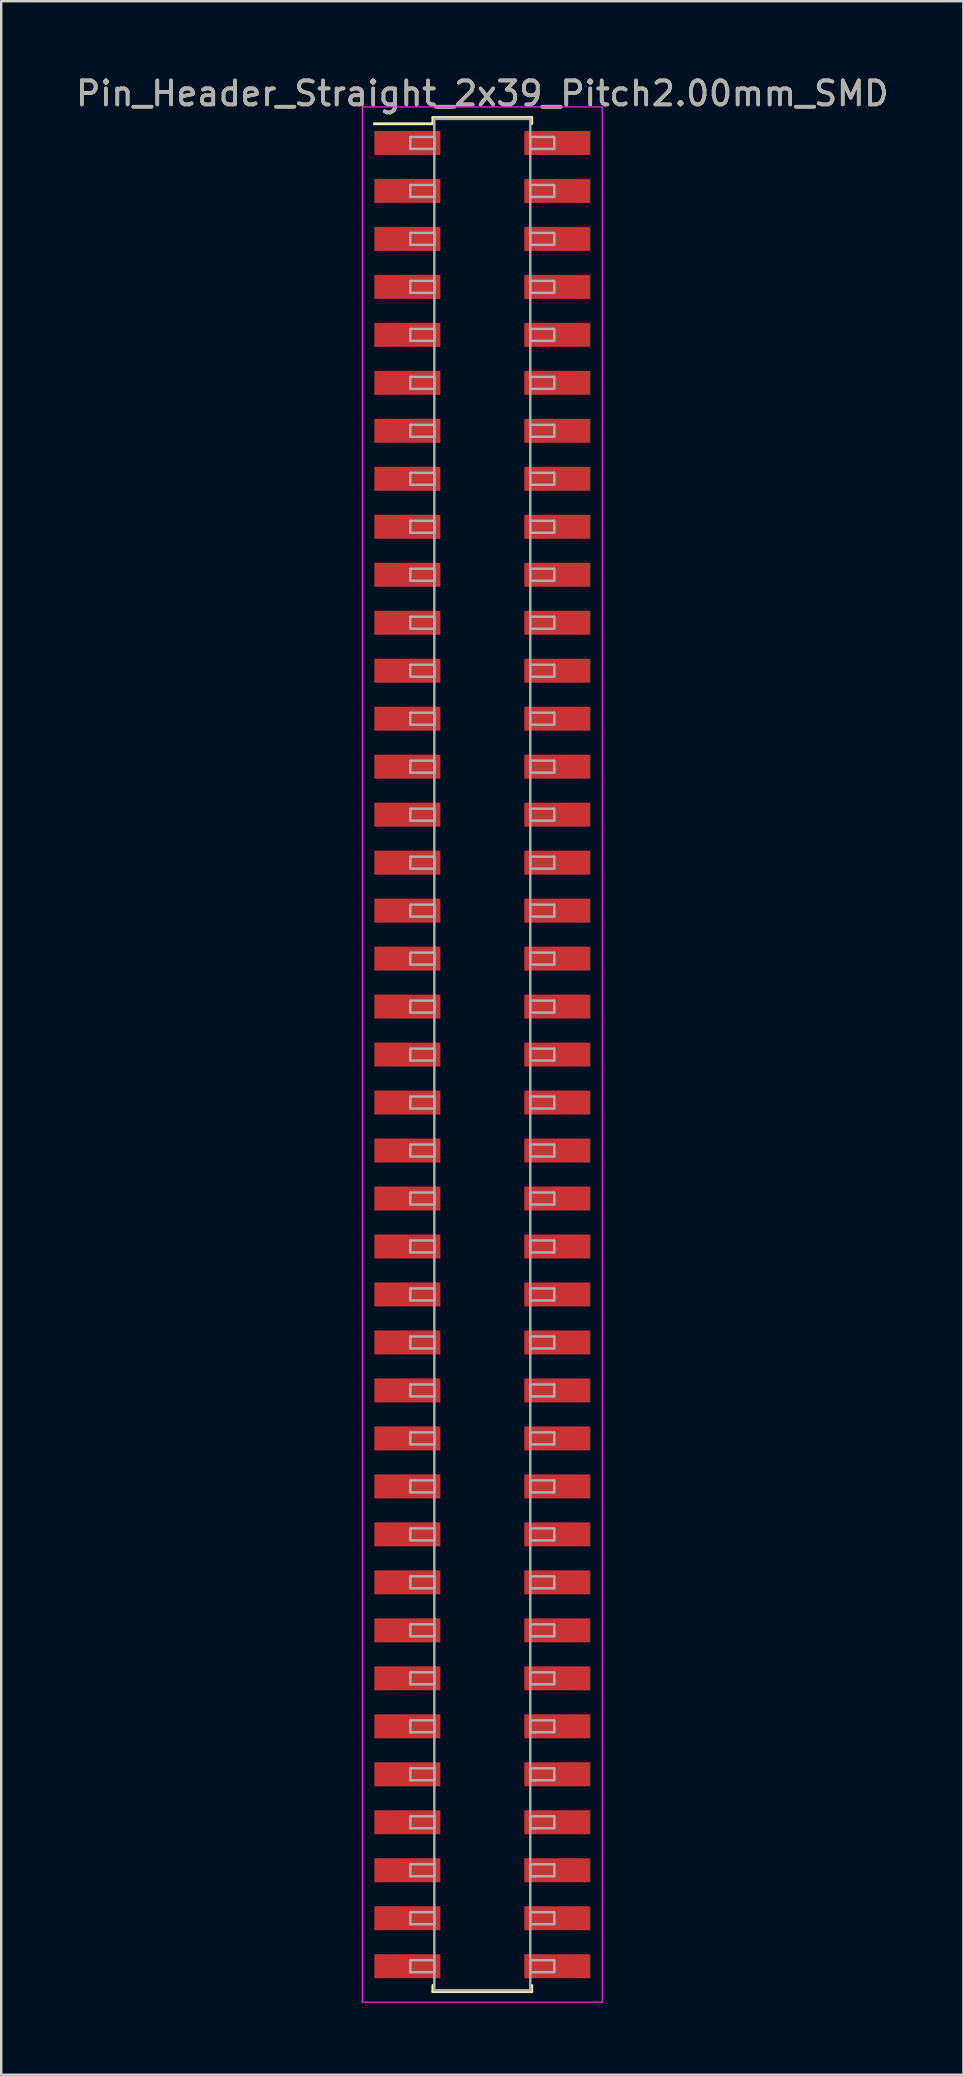
<source format=kicad_pcb>
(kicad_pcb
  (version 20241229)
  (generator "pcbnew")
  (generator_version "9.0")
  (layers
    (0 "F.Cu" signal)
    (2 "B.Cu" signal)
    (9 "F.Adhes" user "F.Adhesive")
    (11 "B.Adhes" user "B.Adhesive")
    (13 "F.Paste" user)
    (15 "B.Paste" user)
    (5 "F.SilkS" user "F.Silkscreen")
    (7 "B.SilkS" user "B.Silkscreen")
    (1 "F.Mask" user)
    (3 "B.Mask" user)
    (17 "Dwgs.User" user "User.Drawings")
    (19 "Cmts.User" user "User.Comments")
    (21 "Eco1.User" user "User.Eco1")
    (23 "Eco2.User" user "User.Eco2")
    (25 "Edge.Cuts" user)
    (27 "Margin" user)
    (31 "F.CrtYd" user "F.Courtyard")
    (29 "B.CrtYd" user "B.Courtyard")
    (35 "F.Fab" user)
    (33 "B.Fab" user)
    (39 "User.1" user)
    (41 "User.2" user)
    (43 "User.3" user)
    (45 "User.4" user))
  (footprint "Pin_Header_Straight_2x39_Pitch2.00mm_SMD"
    (layer "F.Cu")
    (at 17.054 40.908)
    (property "Reference" "Pin_Header_Straight_2x39_Pitch2.00mm_SMD" (at 0 -40.06 0) (layer "F.SilkS") (effects (font (size 1 1) (thickness 0.15))))
    (attr smd)
    (fp_line (start -4.5 -38.8) (end -2.06 -38.8) (stroke (width 0.12) (type solid)) (layer "F.SilkS"))
    (fp_line (start -2.06 -39.06) (end 2.06 -39.06) (stroke (width 0.12) (type solid)) (layer "F.SilkS"))
    (fp_line (start -2.06 -38.8) (end -2.06 -39.06) (stroke (width 0.12) (type solid)) (layer "F.SilkS"))
    (fp_line (start -2.06 38.8) (end -2.06 39.06) (stroke (width 0.12) (type solid)) (layer "F.SilkS"))
    (fp_line (start -2.06 39.06) (end 2.06 39.06) (stroke (width 0.12) (type solid)) (layer "F.SilkS"))
    (fp_line (start 2.06 -39.06) (end 2.06 -38.8) (stroke (width 0.12) (type solid)) (layer "F.SilkS"))
    (fp_line (start 2.06 39.06) (end 2.06 38.8) (stroke (width 0.12) (type solid)) (layer "F.SilkS"))
    (fp_line (start -5 -39.5) (end -5 39.5) (stroke (width 0.05) (type solid)) (layer "F.CrtYd"))
    (fp_line (start -5 39.5) (end 5 39.5) (stroke (width 0.05) (type solid)) (layer "F.CrtYd"))
    (fp_line (start 5 -39.5) (end -5 -39.5) (stroke (width 0.05) (type solid)) (layer "F.CrtYd"))
    (fp_line (start 5 39.5) (end 5 -39.5) (stroke (width 0.05) (type solid)) (layer "F.CrtYd"))
    (fp_line (start -3 -38.25) (end -2 -38.25) (stroke (width 0.1) (type solid)) (layer "F.Fab"))
    (fp_line (start -3 -37.75) (end -3 -38.25) (stroke (width 0.1) (type solid)) (layer "F.Fab"))
    (fp_line (start -3 -36.25) (end -2 -36.25) (stroke (width 0.1) (type solid)) (layer "F.Fab"))
    (fp_line (start -3 -35.75) (end -3 -36.25) (stroke (width 0.1) (type solid)) (layer "F.Fab"))
    (fp_line (start -3 -34.25) (end -2 -34.25) (stroke (width 0.1) (type solid)) (layer "F.Fab"))
    (fp_line (start -3 -33.75) (end -3 -34.25) (stroke (width 0.1) (type solid)) (layer "F.Fab"))
    (fp_line (start -3 -32.25) (end -2 -32.25) (stroke (width 0.1) (type solid)) (layer "F.Fab"))
    (fp_line (start -3 -31.75) (end -3 -32.25) (stroke (width 0.1) (type solid)) (layer "F.Fab"))
    (fp_line (start -3 -30.25) (end -2 -30.25) (stroke (width 0.1) (type solid)) (layer "F.Fab"))
    (fp_line (start -3 -29.75) (end -3 -30.25) (stroke (width 0.1) (type solid)) (layer "F.Fab"))
    (fp_line (start -3 -28.25) (end -2 -28.25) (stroke (width 0.1) (type solid)) (layer "F.Fab"))
    (fp_line (start -3 -27.75) (end -3 -28.25) (stroke (width 0.1) (type solid)) (layer "F.Fab"))
    (fp_line (start -3 -26.25) (end -2 -26.25) (stroke (width 0.1) (type solid)) (layer "F.Fab"))
    (fp_line (start -3 -25.75) (end -3 -26.25) (stroke (width 0.1) (type solid)) (layer "F.Fab"))
    (fp_line (start -3 -24.25) (end -2 -24.25) (stroke (width 0.1) (type solid)) (layer "F.Fab"))
    (fp_line (start -3 -23.75) (end -3 -24.25) (stroke (width 0.1) (type solid)) (layer "F.Fab"))
    (fp_line (start -3 -22.25) (end -2 -22.25) (stroke (width 0.1) (type solid)) (layer "F.Fab"))
    (fp_line (start -3 -21.75) (end -3 -22.25) (stroke (width 0.1) (type solid)) (layer "F.Fab"))
    (fp_line (start -3 -20.25) (end -2 -20.25) (stroke (width 0.1) (type solid)) (layer "F.Fab"))
    (fp_line (start -3 -19.75) (end -3 -20.25) (stroke (width 0.1) (type solid)) (layer "F.Fab"))
    (fp_line (start -3 -18.25) (end -2 -18.25) (stroke (width 0.1) (type solid)) (layer "F.Fab"))
    (fp_line (start -3 -17.75) (end -3 -18.25) (stroke (width 0.1) (type solid)) (layer "F.Fab"))
    (fp_line (start -3 -16.25) (end -2 -16.25) (stroke (width 0.1) (type solid)) (layer "F.Fab"))
    (fp_line (start -3 -15.75) (end -3 -16.25) (stroke (width 0.1) (type solid)) (layer "F.Fab"))
    (fp_line (start -3 -14.25) (end -2 -14.25) (stroke (width 0.1) (type solid)) (layer "F.Fab"))
    (fp_line (start -3 -13.75) (end -3 -14.25) (stroke (width 0.1) (type solid)) (layer "F.Fab"))
    (fp_line (start -3 -12.25) (end -2 -12.25) (stroke (width 0.1) (type solid)) (layer "F.Fab"))
    (fp_line (start -3 -11.75) (end -3 -12.25) (stroke (width 0.1) (type solid)) (layer "F.Fab"))
    (fp_line (start -3 -10.25) (end -2 -10.25) (stroke (width 0.1) (type solid)) (layer "F.Fab"))
    (fp_line (start -3 -9.75) (end -3 -10.25) (stroke (width 0.1) (type solid)) (layer "F.Fab"))
    (fp_line (start -3 -8.25) (end -2 -8.25) (stroke (width 0.1) (type solid)) (layer "F.Fab"))
    (fp_line (start -3 -7.75) (end -3 -8.25) (stroke (width 0.1) (type solid)) (layer "F.Fab"))
    (fp_line (start -3 -6.25) (end -2 -6.25) (stroke (width 0.1) (type solid)) (layer "F.Fab"))
    (fp_line (start -3 -5.75) (end -3 -6.25) (stroke (width 0.1) (type solid)) (layer "F.Fab"))
    (fp_line (start -3 -4.25) (end -2 -4.25) (stroke (width 0.1) (type solid)) (layer "F.Fab"))
    (fp_line (start -3 -3.75) (end -3 -4.25) (stroke (width 0.1) (type solid)) (layer "F.Fab"))
    (fp_line (start -3 -2.25) (end -2 -2.25) (stroke (width 0.1) (type solid)) (layer "F.Fab"))
    (fp_line (start -3 -1.75) (end -3 -2.25) (stroke (width 0.1) (type solid)) (layer "F.Fab"))
    (fp_line (start -3 -0.25) (end -2 -0.25) (stroke (width 0.1) (type solid)) (layer "F.Fab"))
    (fp_line (start -3 0.25) (end -3 -0.25) (stroke (width 0.1) (type solid)) (layer "F.Fab"))
    (fp_line (start -3 1.75) (end -2 1.75) (stroke (width 0.1) (type solid)) (layer "F.Fab"))
    (fp_line (start -3 2.25) (end -3 1.75) (stroke (width 0.1) (type solid)) (layer "F.Fab"))
    (fp_line (start -3 3.75) (end -2 3.75) (stroke (width 0.1) (type solid)) (layer "F.Fab"))
    (fp_line (start -3 4.25) (end -3 3.75) (stroke (width 0.1) (type solid)) (layer "F.Fab"))
    (fp_line (start -3 5.75) (end -2 5.75) (stroke (width 0.1) (type solid)) (layer "F.Fab"))
    (fp_line (start -3 6.25) (end -3 5.75) (stroke (width 0.1) (type solid)) (layer "F.Fab"))
    (fp_line (start -3 7.75) (end -2 7.75) (stroke (width 0.1) (type solid)) (layer "F.Fab"))
    (fp_line (start -3 8.25) (end -3 7.75) (stroke (width 0.1) (type solid)) (layer "F.Fab"))
    (fp_line (start -3 9.75) (end -2 9.75) (stroke (width 0.1) (type solid)) (layer "F.Fab"))
    (fp_line (start -3 10.25) (end -3 9.75) (stroke (width 0.1) (type solid)) (layer "F.Fab"))
    (fp_line (start -3 11.75) (end -2 11.75) (stroke (width 0.1) (type solid)) (layer "F.Fab"))
    (fp_line (start -3 12.25) (end -3 11.75) (stroke (width 0.1) (type solid)) (layer "F.Fab"))
    (fp_line (start -3 13.75) (end -2 13.75) (stroke (width 0.1) (type solid)) (layer "F.Fab"))
    (fp_line (start -3 14.25) (end -3 13.75) (stroke (width 0.1) (type solid)) (layer "F.Fab"))
    (fp_line (start -3 15.75) (end -2 15.75) (stroke (width 0.1) (type solid)) (layer "F.Fab"))
    (fp_line (start -3 16.25) (end -3 15.75) (stroke (width 0.1) (type solid)) (layer "F.Fab"))
    (fp_line (start -3 17.75) (end -2 17.75) (stroke (width 0.1) (type solid)) (layer "F.Fab"))
    (fp_line (start -3 18.25) (end -3 17.75) (stroke (width 0.1) (type solid)) (layer "F.Fab"))
    (fp_line (start -3 19.75) (end -2 19.75) (stroke (width 0.1) (type solid)) (layer "F.Fab"))
    (fp_line (start -3 20.25) (end -3 19.75) (stroke (width 0.1) (type solid)) (layer "F.Fab"))
    (fp_line (start -3 21.75) (end -2 21.75) (stroke (width 0.1) (type solid)) (layer "F.Fab"))
    (fp_line (start -3 22.25) (end -3 21.75) (stroke (width 0.1) (type solid)) (layer "F.Fab"))
    (fp_line (start -3 23.75) (end -2 23.75) (stroke (width 0.1) (type solid)) (layer "F.Fab"))
    (fp_line (start -3 24.25) (end -3 23.75) (stroke (width 0.1) (type solid)) (layer "F.Fab"))
    (fp_line (start -3 25.75) (end -2 25.75) (stroke (width 0.1) (type solid)) (layer "F.Fab"))
    (fp_line (start -3 26.25) (end -3 25.75) (stroke (width 0.1) (type solid)) (layer "F.Fab"))
    (fp_line (start -3 27.75) (end -2 27.75) (stroke (width 0.1) (type solid)) (layer "F.Fab"))
    (fp_line (start -3 28.25) (end -3 27.75) (stroke (width 0.1) (type solid)) (layer "F.Fab"))
    (fp_line (start -3 29.75) (end -2 29.75) (stroke (width 0.1) (type solid)) (layer "F.Fab"))
    (fp_line (start -3 30.25) (end -3 29.75) (stroke (width 0.1) (type solid)) (layer "F.Fab"))
    (fp_line (start -3 31.75) (end -2 31.75) (stroke (width 0.1) (type solid)) (layer "F.Fab"))
    (fp_line (start -3 32.25) (end -3 31.75) (stroke (width 0.1) (type solid)) (layer "F.Fab"))
    (fp_line (start -3 33.75) (end -2 33.75) (stroke (width 0.1) (type solid)) (layer "F.Fab"))
    (fp_line (start -3 34.25) (end -3 33.75) (stroke (width 0.1) (type solid)) (layer "F.Fab"))
    (fp_line (start -3 35.75) (end -2 35.75) (stroke (width 0.1) (type solid)) (layer "F.Fab"))
    (fp_line (start -3 36.25) (end -3 35.75) (stroke (width 0.1) (type solid)) (layer "F.Fab"))
    (fp_line (start -3 37.75) (end -2 37.75) (stroke (width 0.1) (type solid)) (layer "F.Fab"))
    (fp_line (start -3 38.25) (end -3 37.75) (stroke (width 0.1) (type solid)) (layer "F.Fab"))
    (fp_line (start -2 -39) (end -2 39) (stroke (width 0.1) (type solid)) (layer "F.Fab"))
    (fp_line (start -2 -38.25) (end -2 -37.75) (stroke (width 0.1) (type solid)) (layer "F.Fab"))
    (fp_line (start -2 -37.75) (end -3 -37.75) (stroke (width 0.1) (type solid)) (layer "F.Fab"))
    (fp_line (start -2 -36.25) (end -2 -35.75) (stroke (width 0.1) (type solid)) (layer "F.Fab"))
    (fp_line (start -2 -35.75) (end -3 -35.75) (stroke (width 0.1) (type solid)) (layer "F.Fab"))
    (fp_line (start -2 -34.25) (end -2 -33.75) (stroke (width 0.1) (type solid)) (layer "F.Fab"))
    (fp_line (start -2 -33.75) (end -3 -33.75) (stroke (width 0.1) (type solid)) (layer "F.Fab"))
    (fp_line (start -2 -32.25) (end -2 -31.75) (stroke (width 0.1) (type solid)) (layer "F.Fab"))
    (fp_line (start -2 -31.75) (end -3 -31.75) (stroke (width 0.1) (type solid)) (layer "F.Fab"))
    (fp_line (start -2 -30.25) (end -2 -29.75) (stroke (width 0.1) (type solid)) (layer "F.Fab"))
    (fp_line (start -2 -29.75) (end -3 -29.75) (stroke (width 0.1) (type solid)) (layer "F.Fab"))
    (fp_line (start -2 -28.25) (end -2 -27.75) (stroke (width 0.1) (type solid)) (layer "F.Fab"))
    (fp_line (start -2 -27.75) (end -3 -27.75) (stroke (width 0.1) (type solid)) (layer "F.Fab"))
    (fp_line (start -2 -26.25) (end -2 -25.75) (stroke (width 0.1) (type solid)) (layer "F.Fab"))
    (fp_line (start -2 -25.75) (end -3 -25.75) (stroke (width 0.1) (type solid)) (layer "F.Fab"))
    (fp_line (start -2 -24.25) (end -2 -23.75) (stroke (width 0.1) (type solid)) (layer "F.Fab"))
    (fp_line (start -2 -23.75) (end -3 -23.75) (stroke (width 0.1) (type solid)) (layer "F.Fab"))
    (fp_line (start -2 -22.25) (end -2 -21.75) (stroke (width 0.1) (type solid)) (layer "F.Fab"))
    (fp_line (start -2 -21.75) (end -3 -21.75) (stroke (width 0.1) (type solid)) (layer "F.Fab"))
    (fp_line (start -2 -20.25) (end -2 -19.75) (stroke (width 0.1) (type solid)) (layer "F.Fab"))
    (fp_line (start -2 -19.75) (end -3 -19.75) (stroke (width 0.1) (type solid)) (layer "F.Fab"))
    (fp_line (start -2 -18.25) (end -2 -17.75) (stroke (width 0.1) (type solid)) (layer "F.Fab"))
    (fp_line (start -2 -17.75) (end -3 -17.75) (stroke (width 0.1) (type solid)) (layer "F.Fab"))
    (fp_line (start -2 -16.25) (end -2 -15.75) (stroke (width 0.1) (type solid)) (layer "F.Fab"))
    (fp_line (start -2 -15.75) (end -3 -15.75) (stroke (width 0.1) (type solid)) (layer "F.Fab"))
    (fp_line (start -2 -14.25) (end -2 -13.75) (stroke (width 0.1) (type solid)) (layer "F.Fab"))
    (fp_line (start -2 -13.75) (end -3 -13.75) (stroke (width 0.1) (type solid)) (layer "F.Fab"))
    (fp_line (start -2 -12.25) (end -2 -11.75) (stroke (width 0.1) (type solid)) (layer "F.Fab"))
    (fp_line (start -2 -11.75) (end -3 -11.75) (stroke (width 0.1) (type solid)) (layer "F.Fab"))
    (fp_line (start -2 -10.25) (end -2 -9.75) (stroke (width 0.1) (type solid)) (layer "F.Fab"))
    (fp_line (start -2 -9.75) (end -3 -9.75) (stroke (width 0.1) (type solid)) (layer "F.Fab"))
    (fp_line (start -2 -8.25) (end -2 -7.75) (stroke (width 0.1) (type solid)) (layer "F.Fab"))
    (fp_line (start -2 -7.75) (end -3 -7.75) (stroke (width 0.1) (type solid)) (layer "F.Fab"))
    (fp_line (start -2 -6.25) (end -2 -5.75) (stroke (width 0.1) (type solid)) (layer "F.Fab"))
    (fp_line (start -2 -5.75) (end -3 -5.75) (stroke (width 0.1) (type solid)) (layer "F.Fab"))
    (fp_line (start -2 -4.25) (end -2 -3.75) (stroke (width 0.1) (type solid)) (layer "F.Fab"))
    (fp_line (start -2 -3.75) (end -3 -3.75) (stroke (width 0.1) (type solid)) (layer "F.Fab"))
    (fp_line (start -2 -2.25) (end -2 -1.75) (stroke (width 0.1) (type solid)) (layer "F.Fab"))
    (fp_line (start -2 -1.75) (end -3 -1.75) (stroke (width 0.1) (type solid)) (layer "F.Fab"))
    (fp_line (start -2 -0.25) (end -2 0.25) (stroke (width 0.1) (type solid)) (layer "F.Fab"))
    (fp_line (start -2 0.25) (end -3 0.25) (stroke (width 0.1) (type solid)) (layer "F.Fab"))
    (fp_line (start -2 1.75) (end -2 2.25) (stroke (width 0.1) (type solid)) (layer "F.Fab"))
    (fp_line (start -2 2.25) (end -3 2.25) (stroke (width 0.1) (type solid)) (layer "F.Fab"))
    (fp_line (start -2 3.75) (end -2 4.25) (stroke (width 0.1) (type solid)) (layer "F.Fab"))
    (fp_line (start -2 4.25) (end -3 4.25) (stroke (width 0.1) (type solid)) (layer "F.Fab"))
    (fp_line (start -2 5.75) (end -2 6.25) (stroke (width 0.1) (type solid)) (layer "F.Fab"))
    (fp_line (start -2 6.25) (end -3 6.25) (stroke (width 0.1) (type solid)) (layer "F.Fab"))
    (fp_line (start -2 7.75) (end -2 8.25) (stroke (width 0.1) (type solid)) (layer "F.Fab"))
    (fp_line (start -2 8.25) (end -3 8.25) (stroke (width 0.1) (type solid)) (layer "F.Fab"))
    (fp_line (start -2 9.75) (end -2 10.25) (stroke (width 0.1) (type solid)) (layer "F.Fab"))
    (fp_line (start -2 10.25) (end -3 10.25) (stroke (width 0.1) (type solid)) (layer "F.Fab"))
    (fp_line (start -2 11.75) (end -2 12.25) (stroke (width 0.1) (type solid)) (layer "F.Fab"))
    (fp_line (start -2 12.25) (end -3 12.25) (stroke (width 0.1) (type solid)) (layer "F.Fab"))
    (fp_line (start -2 13.75) (end -2 14.25) (stroke (width 0.1) (type solid)) (layer "F.Fab"))
    (fp_line (start -2 14.25) (end -3 14.25) (stroke (width 0.1) (type solid)) (layer "F.Fab"))
    (fp_line (start -2 15.75) (end -2 16.25) (stroke (width 0.1) (type solid)) (layer "F.Fab"))
    (fp_line (start -2 16.25) (end -3 16.25) (stroke (width 0.1) (type solid)) (layer "F.Fab"))
    (fp_line (start -2 17.75) (end -2 18.25) (stroke (width 0.1) (type solid)) (layer "F.Fab"))
    (fp_line (start -2 18.25) (end -3 18.25) (stroke (width 0.1) (type solid)) (layer "F.Fab"))
    (fp_line (start -2 19.75) (end -2 20.25) (stroke (width 0.1) (type solid)) (layer "F.Fab"))
    (fp_line (start -2 20.25) (end -3 20.25) (stroke (width 0.1) (type solid)) (layer "F.Fab"))
    (fp_line (start -2 21.75) (end -2 22.25) (stroke (width 0.1) (type solid)) (layer "F.Fab"))
    (fp_line (start -2 22.25) (end -3 22.25) (stroke (width 0.1) (type solid)) (layer "F.Fab"))
    (fp_line (start -2 23.75) (end -2 24.25) (stroke (width 0.1) (type solid)) (layer "F.Fab"))
    (fp_line (start -2 24.25) (end -3 24.25) (stroke (width 0.1) (type solid)) (layer "F.Fab"))
    (fp_line (start -2 25.75) (end -2 26.25) (stroke (width 0.1) (type solid)) (layer "F.Fab"))
    (fp_line (start -2 26.25) (end -3 26.25) (stroke (width 0.1) (type solid)) (layer "F.Fab"))
    (fp_line (start -2 27.75) (end -2 28.25) (stroke (width 0.1) (type solid)) (layer "F.Fab"))
    (fp_line (start -2 28.25) (end -3 28.25) (stroke (width 0.1) (type solid)) (layer "F.Fab"))
    (fp_line (start -2 29.75) (end -2 30.25) (stroke (width 0.1) (type solid)) (layer "F.Fab"))
    (fp_line (start -2 30.25) (end -3 30.25) (stroke (width 0.1) (type solid)) (layer "F.Fab"))
    (fp_line (start -2 31.75) (end -2 32.25) (stroke (width 0.1) (type solid)) (layer "F.Fab"))
    (fp_line (start -2 32.25) (end -3 32.25) (stroke (width 0.1) (type solid)) (layer "F.Fab"))
    (fp_line (start -2 33.75) (end -2 34.25) (stroke (width 0.1) (type solid)) (layer "F.Fab"))
    (fp_line (start -2 34.25) (end -3 34.25) (stroke (width 0.1) (type solid)) (layer "F.Fab"))
    (fp_line (start -2 35.75) (end -2 36.25) (stroke (width 0.1) (type solid)) (layer "F.Fab"))
    (fp_line (start -2 36.25) (end -3 36.25) (stroke (width 0.1) (type solid)) (layer "F.Fab"))
    (fp_line (start -2 37.75) (end -2 38.25) (stroke (width 0.1) (type solid)) (layer "F.Fab"))
    (fp_line (start -2 38.25) (end -3 38.25) (stroke (width 0.1) (type solid)) (layer "F.Fab"))
    (fp_line (start -2 39) (end 2 39) (stroke (width 0.1) (type solid)) (layer "F.Fab"))
    (fp_line (start 2 -39) (end -2 -39) (stroke (width 0.1) (type solid)) (layer "F.Fab"))
    (fp_line (start 2 -38.25) (end 2 -37.75) (stroke (width 0.1) (type solid)) (layer "F.Fab"))
    (fp_line (start 2 -37.75) (end 3 -37.75) (stroke (width 0.1) (type solid)) (layer "F.Fab"))
    (fp_line (start 2 -36.25) (end 2 -35.75) (stroke (width 0.1) (type solid)) (layer "F.Fab"))
    (fp_line (start 2 -35.75) (end 3 -35.75) (stroke (width 0.1) (type solid)) (layer "F.Fab"))
    (fp_line (start 2 -34.25) (end 2 -33.75) (stroke (width 0.1) (type solid)) (layer "F.Fab"))
    (fp_line (start 2 -33.75) (end 3 -33.75) (stroke (width 0.1) (type solid)) (layer "F.Fab"))
    (fp_line (start 2 -32.25) (end 2 -31.75) (stroke (width 0.1) (type solid)) (layer "F.Fab"))
    (fp_line (start 2 -31.75) (end 3 -31.75) (stroke (width 0.1) (type solid)) (layer "F.Fab"))
    (fp_line (start 2 -30.25) (end 2 -29.75) (stroke (width 0.1) (type solid)) (layer "F.Fab"))
    (fp_line (start 2 -29.75) (end 3 -29.75) (stroke (width 0.1) (type solid)) (layer "F.Fab"))
    (fp_line (start 2 -28.25) (end 2 -27.75) (stroke (width 0.1) (type solid)) (layer "F.Fab"))
    (fp_line (start 2 -27.75) (end 3 -27.75) (stroke (width 0.1) (type solid)) (layer "F.Fab"))
    (fp_line (start 2 -26.25) (end 2 -25.75) (stroke (width 0.1) (type solid)) (layer "F.Fab"))
    (fp_line (start 2 -25.75) (end 3 -25.75) (stroke (width 0.1) (type solid)) (layer "F.Fab"))
    (fp_line (start 2 -24.25) (end 2 -23.75) (stroke (width 0.1) (type solid)) (layer "F.Fab"))
    (fp_line (start 2 -23.75) (end 3 -23.75) (stroke (width 0.1) (type solid)) (layer "F.Fab"))
    (fp_line (start 2 -22.25) (end 2 -21.75) (stroke (width 0.1) (type solid)) (layer "F.Fab"))
    (fp_line (start 2 -21.75) (end 3 -21.75) (stroke (width 0.1) (type solid)) (layer "F.Fab"))
    (fp_line (start 2 -20.25) (end 2 -19.75) (stroke (width 0.1) (type solid)) (layer "F.Fab"))
    (fp_line (start 2 -19.75) (end 3 -19.75) (stroke (width 0.1) (type solid)) (layer "F.Fab"))
    (fp_line (start 2 -18.25) (end 2 -17.75) (stroke (width 0.1) (type solid)) (layer "F.Fab"))
    (fp_line (start 2 -17.75) (end 3 -17.75) (stroke (width 0.1) (type solid)) (layer "F.Fab"))
    (fp_line (start 2 -16.25) (end 2 -15.75) (stroke (width 0.1) (type solid)) (layer "F.Fab"))
    (fp_line (start 2 -15.75) (end 3 -15.75) (stroke (width 0.1) (type solid)) (layer "F.Fab"))
    (fp_line (start 2 -14.25) (end 2 -13.75) (stroke (width 0.1) (type solid)) (layer "F.Fab"))
    (fp_line (start 2 -13.75) (end 3 -13.75) (stroke (width 0.1) (type solid)) (layer "F.Fab"))
    (fp_line (start 2 -12.25) (end 2 -11.75) (stroke (width 0.1) (type solid)) (layer "F.Fab"))
    (fp_line (start 2 -11.75) (end 3 -11.75) (stroke (width 0.1) (type solid)) (layer "F.Fab"))
    (fp_line (start 2 -10.25) (end 2 -9.75) (stroke (width 0.1) (type solid)) (layer "F.Fab"))
    (fp_line (start 2 -9.75) (end 3 -9.75) (stroke (width 0.1) (type solid)) (layer "F.Fab"))
    (fp_line (start 2 -8.25) (end 2 -7.75) (stroke (width 0.1) (type solid)) (layer "F.Fab"))
    (fp_line (start 2 -7.75) (end 3 -7.75) (stroke (width 0.1) (type solid)) (layer "F.Fab"))
    (fp_line (start 2 -6.25) (end 2 -5.75) (stroke (width 0.1) (type solid)) (layer "F.Fab"))
    (fp_line (start 2 -5.75) (end 3 -5.75) (stroke (width 0.1) (type solid)) (layer "F.Fab"))
    (fp_line (start 2 -4.25) (end 2 -3.75) (stroke (width 0.1) (type solid)) (layer "F.Fab"))
    (fp_line (start 2 -3.75) (end 3 -3.75) (stroke (width 0.1) (type solid)) (layer "F.Fab"))
    (fp_line (start 2 -2.25) (end 2 -1.75) (stroke (width 0.1) (type solid)) (layer "F.Fab"))
    (fp_line (start 2 -1.75) (end 3 -1.75) (stroke (width 0.1) (type solid)) (layer "F.Fab"))
    (fp_line (start 2 -0.25) (end 2 0.25) (stroke (width 0.1) (type solid)) (layer "F.Fab"))
    (fp_line (start 2 0.25) (end 3 0.25) (stroke (width 0.1) (type solid)) (layer "F.Fab"))
    (fp_line (start 2 1.75) (end 2 2.25) (stroke (width 0.1) (type solid)) (layer "F.Fab"))
    (fp_line (start 2 2.25) (end 3 2.25) (stroke (width 0.1) (type solid)) (layer "F.Fab"))
    (fp_line (start 2 3.75) (end 2 4.25) (stroke (width 0.1) (type solid)) (layer "F.Fab"))
    (fp_line (start 2 4.25) (end 3 4.25) (stroke (width 0.1) (type solid)) (layer "F.Fab"))
    (fp_line (start 2 5.75) (end 2 6.25) (stroke (width 0.1) (type solid)) (layer "F.Fab"))
    (fp_line (start 2 6.25) (end 3 6.25) (stroke (width 0.1) (type solid)) (layer "F.Fab"))
    (fp_line (start 2 7.75) (end 2 8.25) (stroke (width 0.1) (type solid)) (layer "F.Fab"))
    (fp_line (start 2 8.25) (end 3 8.25) (stroke (width 0.1) (type solid)) (layer "F.Fab"))
    (fp_line (start 2 9.75) (end 2 10.25) (stroke (width 0.1) (type solid)) (layer "F.Fab"))
    (fp_line (start 2 10.25) (end 3 10.25) (stroke (width 0.1) (type solid)) (layer "F.Fab"))
    (fp_line (start 2 11.75) (end 2 12.25) (stroke (width 0.1) (type solid)) (layer "F.Fab"))
    (fp_line (start 2 12.25) (end 3 12.25) (stroke (width 0.1) (type solid)) (layer "F.Fab"))
    (fp_line (start 2 13.75) (end 2 14.25) (stroke (width 0.1) (type solid)) (layer "F.Fab"))
    (fp_line (start 2 14.25) (end 3 14.25) (stroke (width 0.1) (type solid)) (layer "F.Fab"))
    (fp_line (start 2 15.75) (end 2 16.25) (stroke (width 0.1) (type solid)) (layer "F.Fab"))
    (fp_line (start 2 16.25) (end 3 16.25) (stroke (width 0.1) (type solid)) (layer "F.Fab"))
    (fp_line (start 2 17.75) (end 2 18.25) (stroke (width 0.1) (type solid)) (layer "F.Fab"))
    (fp_line (start 2 18.25) (end 3 18.25) (stroke (width 0.1) (type solid)) (layer "F.Fab"))
    (fp_line (start 2 19.75) (end 2 20.25) (stroke (width 0.1) (type solid)) (layer "F.Fab"))
    (fp_line (start 2 20.25) (end 3 20.25) (stroke (width 0.1) (type solid)) (layer "F.Fab"))
    (fp_line (start 2 21.75) (end 2 22.25) (stroke (width 0.1) (type solid)) (layer "F.Fab"))
    (fp_line (start 2 22.25) (end 3 22.25) (stroke (width 0.1) (type solid)) (layer "F.Fab"))
    (fp_line (start 2 23.75) (end 2 24.25) (stroke (width 0.1) (type solid)) (layer "F.Fab"))
    (fp_line (start 2 24.25) (end 3 24.25) (stroke (width 0.1) (type solid)) (layer "F.Fab"))
    (fp_line (start 2 25.75) (end 2 26.25) (stroke (width 0.1) (type solid)) (layer "F.Fab"))
    (fp_line (start 2 26.25) (end 3 26.25) (stroke (width 0.1) (type solid)) (layer "F.Fab"))
    (fp_line (start 2 27.75) (end 2 28.25) (stroke (width 0.1) (type solid)) (layer "F.Fab"))
    (fp_line (start 2 28.25) (end 3 28.25) (stroke (width 0.1) (type solid)) (layer "F.Fab"))
    (fp_line (start 2 29.75) (end 2 30.25) (stroke (width 0.1) (type solid)) (layer "F.Fab"))
    (fp_line (start 2 30.25) (end 3 30.25) (stroke (width 0.1) (type solid)) (layer "F.Fab"))
    (fp_line (start 2 31.75) (end 2 32.25) (stroke (width 0.1) (type solid)) (layer "F.Fab"))
    (fp_line (start 2 32.25) (end 3 32.25) (stroke (width 0.1) (type solid)) (layer "F.Fab"))
    (fp_line (start 2 33.75) (end 2 34.25) (stroke (width 0.1) (type solid)) (layer "F.Fab"))
    (fp_line (start 2 34.25) (end 3 34.25) (stroke (width 0.1) (type solid)) (layer "F.Fab"))
    (fp_line (start 2 35.75) (end 2 36.25) (stroke (width 0.1) (type solid)) (layer "F.Fab"))
    (fp_line (start 2 36.25) (end 3 36.25) (stroke (width 0.1) (type solid)) (layer "F.Fab"))
    (fp_line (start 2 37.75) (end 2 38.25) (stroke (width 0.1) (type solid)) (layer "F.Fab"))
    (fp_line (start 2 38.25) (end 3 38.25) (stroke (width 0.1) (type solid)) (layer "F.Fab"))
    (fp_line (start 2 39) (end 2 -39) (stroke (width 0.1) (type solid)) (layer "F.Fab"))
    (fp_line (start 3 -38.25) (end 2 -38.25) (stroke (width 0.1) (type solid)) (layer "F.Fab"))
    (fp_line (start 3 -37.75) (end 3 -38.25) (stroke (width 0.1) (type solid)) (layer "F.Fab"))
    (fp_line (start 3 -36.25) (end 2 -36.25) (stroke (width 0.1) (type solid)) (layer "F.Fab"))
    (fp_line (start 3 -35.75) (end 3 -36.25) (stroke (width 0.1) (type solid)) (layer "F.Fab"))
    (fp_line (start 3 -34.25) (end 2 -34.25) (stroke (width 0.1) (type solid)) (layer "F.Fab"))
    (fp_line (start 3 -33.75) (end 3 -34.25) (stroke (width 0.1) (type solid)) (layer "F.Fab"))
    (fp_line (start 3 -32.25) (end 2 -32.25) (stroke (width 0.1) (type solid)) (layer "F.Fab"))
    (fp_line (start 3 -31.75) (end 3 -32.25) (stroke (width 0.1) (type solid)) (layer "F.Fab"))
    (fp_line (start 3 -30.25) (end 2 -30.25) (stroke (width 0.1) (type solid)) (layer "F.Fab"))
    (fp_line (start 3 -29.75) (end 3 -30.25) (stroke (width 0.1) (type solid)) (layer "F.Fab"))
    (fp_line (start 3 -28.25) (end 2 -28.25) (stroke (width 0.1) (type solid)) (layer "F.Fab"))
    (fp_line (start 3 -27.75) (end 3 -28.25) (stroke (width 0.1) (type solid)) (layer "F.Fab"))
    (fp_line (start 3 -26.25) (end 2 -26.25) (stroke (width 0.1) (type solid)) (layer "F.Fab"))
    (fp_line (start 3 -25.75) (end 3 -26.25) (stroke (width 0.1) (type solid)) (layer "F.Fab"))
    (fp_line (start 3 -24.25) (end 2 -24.25) (stroke (width 0.1) (type solid)) (layer "F.Fab"))
    (fp_line (start 3 -23.75) (end 3 -24.25) (stroke (width 0.1) (type solid)) (layer "F.Fab"))
    (fp_line (start 3 -22.25) (end 2 -22.25) (stroke (width 0.1) (type solid)) (layer "F.Fab"))
    (fp_line (start 3 -21.75) (end 3 -22.25) (stroke (width 0.1) (type solid)) (layer "F.Fab"))
    (fp_line (start 3 -20.25) (end 2 -20.25) (stroke (width 0.1) (type solid)) (layer "F.Fab"))
    (fp_line (start 3 -19.75) (end 3 -20.25) (stroke (width 0.1) (type solid)) (layer "F.Fab"))
    (fp_line (start 3 -18.25) (end 2 -18.25) (stroke (width 0.1) (type solid)) (layer "F.Fab"))
    (fp_line (start 3 -17.75) (end 3 -18.25) (stroke (width 0.1) (type solid)) (layer "F.Fab"))
    (fp_line (start 3 -16.25) (end 2 -16.25) (stroke (width 0.1) (type solid)) (layer "F.Fab"))
    (fp_line (start 3 -15.75) (end 3 -16.25) (stroke (width 0.1) (type solid)) (layer "F.Fab"))
    (fp_line (start 3 -14.25) (end 2 -14.25) (stroke (width 0.1) (type solid)) (layer "F.Fab"))
    (fp_line (start 3 -13.75) (end 3 -14.25) (stroke (width 0.1) (type solid)) (layer "F.Fab"))
    (fp_line (start 3 -12.25) (end 2 -12.25) (stroke (width 0.1) (type solid)) (layer "F.Fab"))
    (fp_line (start 3 -11.75) (end 3 -12.25) (stroke (width 0.1) (type solid)) (layer "F.Fab"))
    (fp_line (start 3 -10.25) (end 2 -10.25) (stroke (width 0.1) (type solid)) (layer "F.Fab"))
    (fp_line (start 3 -9.75) (end 3 -10.25) (stroke (width 0.1) (type solid)) (layer "F.Fab"))
    (fp_line (start 3 -8.25) (end 2 -8.25) (stroke (width 0.1) (type solid)) (layer "F.Fab"))
    (fp_line (start 3 -7.75) (end 3 -8.25) (stroke (width 0.1) (type solid)) (layer "F.Fab"))
    (fp_line (start 3 -6.25) (end 2 -6.25) (stroke (width 0.1) (type solid)) (layer "F.Fab"))
    (fp_line (start 3 -5.75) (end 3 -6.25) (stroke (width 0.1) (type solid)) (layer "F.Fab"))
    (fp_line (start 3 -4.25) (end 2 -4.25) (stroke (width 0.1) (type solid)) (layer "F.Fab"))
    (fp_line (start 3 -3.75) (end 3 -4.25) (stroke (width 0.1) (type solid)) (layer "F.Fab"))
    (fp_line (start 3 -2.25) (end 2 -2.25) (stroke (width 0.1) (type solid)) (layer "F.Fab"))
    (fp_line (start 3 -1.75) (end 3 -2.25) (stroke (width 0.1) (type solid)) (layer "F.Fab"))
    (fp_line (start 3 -0.25) (end 2 -0.25) (stroke (width 0.1) (type solid)) (layer "F.Fab"))
    (fp_line (start 3 0.25) (end 3 -0.25) (stroke (width 0.1) (type solid)) (layer "F.Fab"))
    (fp_line (start 3 1.75) (end 2 1.75) (stroke (width 0.1) (type solid)) (layer "F.Fab"))
    (fp_line (start 3 2.25) (end 3 1.75) (stroke (width 0.1) (type solid)) (layer "F.Fab"))
    (fp_line (start 3 3.75) (end 2 3.75) (stroke (width 0.1) (type solid)) (layer "F.Fab"))
    (fp_line (start 3 4.25) (end 3 3.75) (stroke (width 0.1) (type solid)) (layer "F.Fab"))
    (fp_line (start 3 5.75) (end 2 5.75) (stroke (width 0.1) (type solid)) (layer "F.Fab"))
    (fp_line (start 3 6.25) (end 3 5.75) (stroke (width 0.1) (type solid)) (layer "F.Fab"))
    (fp_line (start 3 7.75) (end 2 7.75) (stroke (width 0.1) (type solid)) (layer "F.Fab"))
    (fp_line (start 3 8.25) (end 3 7.75) (stroke (width 0.1) (type solid)) (layer "F.Fab"))
    (fp_line (start 3 9.75) (end 2 9.75) (stroke (width 0.1) (type solid)) (layer "F.Fab"))
    (fp_line (start 3 10.25) (end 3 9.75) (stroke (width 0.1) (type solid)) (layer "F.Fab"))
    (fp_line (start 3 11.75) (end 2 11.75) (stroke (width 0.1) (type solid)) (layer "F.Fab"))
    (fp_line (start 3 12.25) (end 3 11.75) (stroke (width 0.1) (type solid)) (layer "F.Fab"))
    (fp_line (start 3 13.75) (end 2 13.75) (stroke (width 0.1) (type solid)) (layer "F.Fab"))
    (fp_line (start 3 14.25) (end 3 13.75) (stroke (width 0.1) (type solid)) (layer "F.Fab"))
    (fp_line (start 3 15.75) (end 2 15.75) (stroke (width 0.1) (type solid)) (layer "F.Fab"))
    (fp_line (start 3 16.25) (end 3 15.75) (stroke (width 0.1) (type solid)) (layer "F.Fab"))
    (fp_line (start 3 17.75) (end 2 17.75) (stroke (width 0.1) (type solid)) (layer "F.Fab"))
    (fp_line (start 3 18.25) (end 3 17.75) (stroke (width 0.1) (type solid)) (layer "F.Fab"))
    (fp_line (start 3 19.75) (end 2 19.75) (stroke (width 0.1) (type solid)) (layer "F.Fab"))
    (fp_line (start 3 20.25) (end 3 19.75) (stroke (width 0.1) (type solid)) (layer "F.Fab"))
    (fp_line (start 3 21.75) (end 2 21.75) (stroke (width 0.1) (type solid)) (layer "F.Fab"))
    (fp_line (start 3 22.25) (end 3 21.75) (stroke (width 0.1) (type solid)) (layer "F.Fab"))
    (fp_line (start 3 23.75) (end 2 23.75) (stroke (width 0.1) (type solid)) (layer "F.Fab"))
    (fp_line (start 3 24.25) (end 3 23.75) (stroke (width 0.1) (type solid)) (layer "F.Fab"))
    (fp_line (start 3 25.75) (end 2 25.75) (stroke (width 0.1) (type solid)) (layer "F.Fab"))
    (fp_line (start 3 26.25) (end 3 25.75) (stroke (width 0.1) (type solid)) (layer "F.Fab"))
    (fp_line (start 3 27.75) (end 2 27.75) (stroke (width 0.1) (type solid)) (layer "F.Fab"))
    (fp_line (start 3 28.25) (end 3 27.75) (stroke (width 0.1) (type solid)) (layer "F.Fab"))
    (fp_line (start 3 29.75) (end 2 29.75) (stroke (width 0.1) (type solid)) (layer "F.Fab"))
    (fp_line (start 3 30.25) (end 3 29.75) (stroke (width 0.1) (type solid)) (layer "F.Fab"))
    (fp_line (start 3 31.75) (end 2 31.75) (stroke (width 0.1) (type solid)) (layer "F.Fab"))
    (fp_line (start 3 32.25) (end 3 31.75) (stroke (width 0.1) (type solid)) (layer "F.Fab"))
    (fp_line (start 3 33.75) (end 2 33.75) (stroke (width 0.1) (type solid)) (layer "F.Fab"))
    (fp_line (start 3 34.25) (end 3 33.75) (stroke (width 0.1) (type solid)) (layer "F.Fab"))
    (fp_line (start 3 35.75) (end 2 35.75) (stroke (width 0.1) (type solid)) (layer "F.Fab"))
    (fp_line (start 3 36.25) (end 3 35.75) (stroke (width 0.1) (type solid)) (layer "F.Fab"))
    (fp_line (start 3 37.75) (end 2 37.75) (stroke (width 0.1) (type solid)) (layer "F.Fab"))
    (fp_line (start 3 38.25) (end 3 37.75) (stroke (width 0.1) (type solid)) (layer "F.Fab"))
    (fp_text user "${REFERENCE}" (at 0 -40.06 0) (layer "F.Fab") (effects (font (size 1 1) (thickness 0.15))))
    (pad "1" smd rect (at -3.125 -38) (size 2.75 1) (layers "F.Cu" "F.Mask" "F.Paste"))
    (pad "2" smd rect (at 3.125 -38) (size 2.75 1) (layers "F.Cu" "F.Mask" "F.Paste"))
    (pad "3" smd rect (at -3.125 -36) (size 2.75 1) (layers "F.Cu" "F.Mask" "F.Paste"))
    (pad "4" smd rect (at 3.125 -36) (size 2.75 1) (layers "F.Cu" "F.Mask" "F.Paste"))
    (pad "5" smd rect (at -3.125 -34) (size 2.75 1) (layers "F.Cu" "F.Mask" "F.Paste"))
    (pad "6" smd rect (at 3.125 -34) (size 2.75 1) (layers "F.Cu" "F.Mask" "F.Paste"))
    (pad "7" smd rect (at -3.125 -32) (size 2.75 1) (layers "F.Cu" "F.Mask" "F.Paste"))
    (pad "8" smd rect (at 3.125 -32) (size 2.75 1) (layers "F.Cu" "F.Mask" "F.Paste"))
    (pad "9" smd rect (at -3.125 -30) (size 2.75 1) (layers "F.Cu" "F.Mask" "F.Paste"))
    (pad "10" smd rect (at 3.125 -30) (size 2.75 1) (layers "F.Cu" "F.Mask" "F.Paste"))
    (pad "11" smd rect (at -3.125 -28) (size 2.75 1) (layers "F.Cu" "F.Mask" "F.Paste"))
    (pad "12" smd rect (at 3.125 -28) (size 2.75 1) (layers "F.Cu" "F.Mask" "F.Paste"))
    (pad "13" smd rect (at -3.125 -26) (size 2.75 1) (layers "F.Cu" "F.Mask" "F.Paste"))
    (pad "14" smd rect (at 3.125 -26) (size 2.75 1) (layers "F.Cu" "F.Mask" "F.Paste"))
    (pad "15" smd rect (at -3.125 -24) (size 2.75 1) (layers "F.Cu" "F.Mask" "F.Paste"))
    (pad "16" smd rect (at 3.125 -24) (size 2.75 1) (layers "F.Cu" "F.Mask" "F.Paste"))
    (pad "17" smd rect (at -3.125 -22) (size 2.75 1) (layers "F.Cu" "F.Mask" "F.Paste"))
    (pad "18" smd rect (at 3.125 -22) (size 2.75 1) (layers "F.Cu" "F.Mask" "F.Paste"))
    (pad "19" smd rect (at -3.125 -20) (size 2.75 1) (layers "F.Cu" "F.Mask" "F.Paste"))
    (pad "20" smd rect (at 3.125 -20) (size 2.75 1) (layers "F.Cu" "F.Mask" "F.Paste"))
    (pad "21" smd rect (at -3.125 -18) (size 2.75 1) (layers "F.Cu" "F.Mask" "F.Paste"))
    (pad "22" smd rect (at 3.125 -18) (size 2.75 1) (layers "F.Cu" "F.Mask" "F.Paste"))
    (pad "23" smd rect (at -3.125 -16) (size 2.75 1) (layers "F.Cu" "F.Mask" "F.Paste"))
    (pad "24" smd rect (at 3.125 -16) (size 2.75 1) (layers "F.Cu" "F.Mask" "F.Paste"))
    (pad "25" smd rect (at -3.125 -14) (size 2.75 1) (layers "F.Cu" "F.Mask" "F.Paste"))
    (pad "26" smd rect (at 3.125 -14) (size 2.75 1) (layers "F.Cu" "F.Mask" "F.Paste"))
    (pad "27" smd rect (at -3.125 -12) (size 2.75 1) (layers "F.Cu" "F.Mask" "F.Paste"))
    (pad "28" smd rect (at 3.125 -12) (size 2.75 1) (layers "F.Cu" "F.Mask" "F.Paste"))
    (pad "29" smd rect (at -3.125 -10) (size 2.75 1) (layers "F.Cu" "F.Mask" "F.Paste"))
    (pad "30" smd rect (at 3.125 -10) (size 2.75 1) (layers "F.Cu" "F.Mask" "F.Paste"))
    (pad "31" smd rect (at -3.125 -8) (size 2.75 1) (layers "F.Cu" "F.Mask" "F.Paste"))
    (pad "32" smd rect (at 3.125 -8) (size 2.75 1) (layers "F.Cu" "F.Mask" "F.Paste"))
    (pad "33" smd rect (at -3.125 -6) (size 2.75 1) (layers "F.Cu" "F.Mask" "F.Paste"))
    (pad "34" smd rect (at 3.125 -6) (size 2.75 1) (layers "F.Cu" "F.Mask" "F.Paste"))
    (pad "35" smd rect (at -3.125 -4) (size 2.75 1) (layers "F.Cu" "F.Mask" "F.Paste"))
    (pad "36" smd rect (at 3.125 -4) (size 2.75 1) (layers "F.Cu" "F.Mask" "F.Paste"))
    (pad "37" smd rect (at -3.125 -2) (size 2.75 1) (layers "F.Cu" "F.Mask" "F.Paste"))
    (pad "38" smd rect (at 3.125 -2) (size 2.75 1) (layers "F.Cu" "F.Mask" "F.Paste"))
    (pad "39" smd rect (at -3.125 0) (size 2.75 1) (layers "F.Cu" "F.Mask" "F.Paste"))
    (pad "40" smd rect (at 3.125 0) (size 2.75 1) (layers "F.Cu" "F.Mask" "F.Paste"))
    (pad "41" smd rect (at -3.125 2) (size 2.75 1) (layers "F.Cu" "F.Mask" "F.Paste"))
    (pad "42" smd rect (at 3.125 2) (size 2.75 1) (layers "F.Cu" "F.Mask" "F.Paste"))
    (pad "43" smd rect (at -3.125 4) (size 2.75 1) (layers "F.Cu" "F.Mask" "F.Paste"))
    (pad "44" smd rect (at 3.125 4) (size 2.75 1) (layers "F.Cu" "F.Mask" "F.Paste"))
    (pad "45" smd rect (at -3.125 6) (size 2.75 1) (layers "F.Cu" "F.Mask" "F.Paste"))
    (pad "46" smd rect (at 3.125 6) (size 2.75 1) (layers "F.Cu" "F.Mask" "F.Paste"))
    (pad "47" smd rect (at -3.125 8) (size 2.75 1) (layers "F.Cu" "F.Mask" "F.Paste"))
    (pad "48" smd rect (at 3.125 8) (size 2.75 1) (layers "F.Cu" "F.Mask" "F.Paste"))
    (pad "49" smd rect (at -3.125 10) (size 2.75 1) (layers "F.Cu" "F.Mask" "F.Paste"))
    (pad "50" smd rect (at 3.125 10) (size 2.75 1) (layers "F.Cu" "F.Mask" "F.Paste"))
    (pad "51" smd rect (at -3.125 12) (size 2.75 1) (layers "F.Cu" "F.Mask" "F.Paste"))
    (pad "52" smd rect (at 3.125 12) (size 2.75 1) (layers "F.Cu" "F.Mask" "F.Paste"))
    (pad "53" smd rect (at -3.125 14) (size 2.75 1) (layers "F.Cu" "F.Mask" "F.Paste"))
    (pad "54" smd rect (at 3.125 14) (size 2.75 1) (layers "F.Cu" "F.Mask" "F.Paste"))
    (pad "55" smd rect (at -3.125 16) (size 2.75 1) (layers "F.Cu" "F.Mask" "F.Paste"))
    (pad "56" smd rect (at 3.125 16) (size 2.75 1) (layers "F.Cu" "F.Mask" "F.Paste"))
    (pad "57" smd rect (at -3.125 18) (size 2.75 1) (layers "F.Cu" "F.Mask" "F.Paste"))
    (pad "58" smd rect (at 3.125 18) (size 2.75 1) (layers "F.Cu" "F.Mask" "F.Paste"))
    (pad "59" smd rect (at -3.125 20) (size 2.75 1) (layers "F.Cu" "F.Mask" "F.Paste"))
    (pad "60" smd rect (at 3.125 20) (size 2.75 1) (layers "F.Cu" "F.Mask" "F.Paste"))
    (pad "61" smd rect (at -3.125 22) (size 2.75 1) (layers "F.Cu" "F.Mask" "F.Paste"))
    (pad "62" smd rect (at 3.125 22) (size 2.75 1) (layers "F.Cu" "F.Mask" "F.Paste"))
    (pad "63" smd rect (at -3.125 24) (size 2.75 1) (layers "F.Cu" "F.Mask" "F.Paste"))
    (pad "64" smd rect (at 3.125 24) (size 2.75 1) (layers "F.Cu" "F.Mask" "F.Paste"))
    (pad "65" smd rect (at -3.125 26) (size 2.75 1) (layers "F.Cu" "F.Mask" "F.Paste"))
    (pad "66" smd rect (at 3.125 26) (size 2.75 1) (layers "F.Cu" "F.Mask" "F.Paste"))
    (pad "67" smd rect (at -3.125 28) (size 2.75 1) (layers "F.Cu" "F.Mask" "F.Paste"))
    (pad "68" smd rect (at 3.125 28) (size 2.75 1) (layers "F.Cu" "F.Mask" "F.Paste"))
    (pad "69" smd rect (at -3.125 30) (size 2.75 1) (layers "F.Cu" "F.Mask" "F.Paste"))
    (pad "70" smd rect (at 3.125 30) (size 2.75 1) (layers "F.Cu" "F.Mask" "F.Paste"))
    (pad "71" smd rect (at -3.125 32) (size 2.75 1) (layers "F.Cu" "F.Mask" "F.Paste"))
    (pad "72" smd rect (at 3.125 32) (size 2.75 1) (layers "F.Cu" "F.Mask" "F.Paste"))
    (pad "73" smd rect (at -3.125 34) (size 2.75 1) (layers "F.Cu" "F.Mask" "F.Paste"))
    (pad "74" smd rect (at 3.125 34) (size 2.75 1) (layers "F.Cu" "F.Mask" "F.Paste"))
    (pad "75" smd rect (at -3.125 36) (size 2.75 1) (layers "F.Cu" "F.Mask" "F.Paste"))
    (pad "76" smd rect (at 3.125 36) (size 2.75 1) (layers "F.Cu" "F.Mask" "F.Paste"))
    (pad "77" smd rect (at -3.125 38) (size 2.75 1) (layers "F.Cu" "F.Mask" "F.Paste"))
    (pad "78" smd rect (at 3.125 38) (size 2.75 1) (layers "F.Cu" "F.Mask" "F.Paste")))
  (gr_rect
    (start -3 -3)
    (end 37.107 83.433)
    (stroke (width 0.1) (type default))
    (fill no)
    (layer "Edge.Cuts")))
</source>
